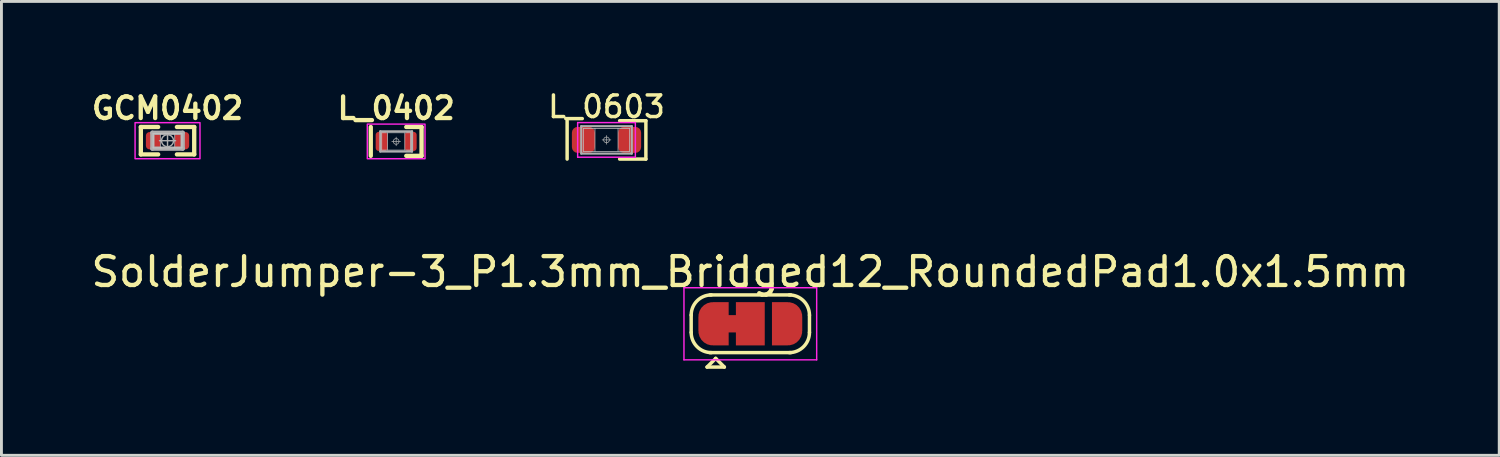
<source format=kicad_pcb>
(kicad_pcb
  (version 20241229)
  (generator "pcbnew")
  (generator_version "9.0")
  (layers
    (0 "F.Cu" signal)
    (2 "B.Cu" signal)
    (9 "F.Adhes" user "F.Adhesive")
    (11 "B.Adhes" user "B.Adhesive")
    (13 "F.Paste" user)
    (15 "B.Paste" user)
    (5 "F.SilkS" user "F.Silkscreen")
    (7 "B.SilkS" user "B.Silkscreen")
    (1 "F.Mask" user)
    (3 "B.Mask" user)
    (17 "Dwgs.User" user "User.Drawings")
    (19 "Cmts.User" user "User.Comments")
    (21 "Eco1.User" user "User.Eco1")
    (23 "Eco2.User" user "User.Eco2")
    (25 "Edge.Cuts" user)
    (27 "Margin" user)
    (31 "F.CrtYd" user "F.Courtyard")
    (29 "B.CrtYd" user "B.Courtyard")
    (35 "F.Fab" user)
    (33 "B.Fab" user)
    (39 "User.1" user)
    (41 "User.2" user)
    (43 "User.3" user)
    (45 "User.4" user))
  (footprint "L_0402"
    (layer "F.Cu")
    (at 10.682 1.852)
    (property "Reference" "L_0402" (at 0 -1.15 0) (layer "F.SilkS") (effects (font (size 0.75 0.75) (thickness 0.15) (bold yes))))
    (attr smd)
    (fp_line (start -0.88 -0.5) (end -0.88 0.5) (stroke (width 0.15) (type solid)) (layer "F.SilkS"))
    (fp_line (start 0.35 -0.5) (end 0.88 -0.5) (stroke (width 0.15) (type solid)) (layer "F.SilkS"))
    (fp_line (start 0.35 0.5) (end 0.88 0.5) (stroke (width 0.15) (type solid)) (layer "F.SilkS"))
    (fp_line (start 0.88 0.5) (end 0.88 -0.5) (stroke (width 0.15) (type solid)) (layer "F.SilkS"))
    (fp_line (start -0.5 -0.3) (end 0.5 -0.3) (stroke (width 0.025) (type solid)) (layer "Dwgs.User"))
    (fp_line (start -0.5 0.3) (end -0.5 -0.3) (stroke (width 0.025) (type solid)) (layer "Dwgs.User"))
    (fp_line (start -0.3 -0.3) (end -0.3 0.3) (stroke (width 0.025) (type solid)) (layer "Dwgs.User"))
    (fp_line (start 0.3 0.3) (end 0.3 -0.3) (stroke (width 0.025) (type solid)) (layer "Dwgs.User"))
    (fp_line (start 0.5 -0.3) (end 0.5 0.3) (stroke (width 0.025) (type solid)) (layer "Dwgs.User"))
    (fp_line (start 0.5 0.3) (end -0.5 0.3) (stroke (width 0.025) (type solid)) (layer "Dwgs.User"))
    (fp_rect (start -1 -0.6) (end 1 0.6) (stroke (width 0.05) (type solid)) (fill no) (layer "F.CrtYd"))
    (fp_line (start -0.55 -0.35) (end 0.55 -0.35) (stroke (width 0.075) (type solid)) (layer "F.Fab"))
    (fp_line (start -0.55 0.35) (end -0.55 -0.35) (stroke (width 0.075) (type solid)) (layer "F.Fab"))
    (fp_line (start 0 -0.15) (end 0 0.15) (stroke (width 0.025) (type solid)) (layer "F.Fab"))
    (fp_line (start 0.15 0) (end -0.15 0) (stroke (width 0.025) (type solid)) (layer "F.Fab"))
    (fp_line (start 0.55 -0.35) (end 0.55 0.35) (stroke (width 0.075) (type solid)) (layer "F.Fab"))
    (fp_line (start 0.55 0.35) (end -0.55 0.35) (stroke (width 0.075) (type solid)) (layer "F.Fab"))
    (fp_circle (center 0 0) (end 0.1 0) (stroke (width 0.025) (type solid)) (fill no) (layer "F.Fab"))
    (pad "1" smd roundrect (at -0.505 0) (size 0.41 0.66) (layers "F.Cu" "F.Mask" "F.Paste") (roundrect_rratio 0.25))
    (pad "2" smd roundrect (at 0.505 0) (size 0.41 0.66) (layers "F.Cu" "F.Mask" "F.Paste") (roundrect_rratio 0.25)))
  (footprint "SolderJumper-3_P1.3mm_Bridged12_RoundedPad1.0x1.5mm"
    (layer "F.Cu")
    (at 22.958 8.173)
    (property "Reference" "SolderJumper-3_P1.3mm_Bridged12_RoundedPad1.0x1.5mm" (at 0 -1.8 0) (layer "F.SilkS") (effects (font (size 1 1) (thickness 0.15))))
    (attr exclude_from_pos_files exclude_from_bom)
    (fp_poly (pts (xy -0.9 -0.3) (xy -0.4 -0.3) (xy -0.4 0.3) (xy -0.9 0.3)) (stroke (width 0) (type solid)) (fill yes) (layer "F.Cu"))
    (fp_line (start -2.05 0.3) (end -2.05 -0.3) (stroke (width 0.12) (type solid)) (layer "F.SilkS"))
    (fp_line (start -1.5 1.5) (end -0.9 1.5) (stroke (width 0.12) (type solid)) (layer "F.SilkS"))
    (fp_line (start -1.4 -1) (end 1.4 -1) (stroke (width 0.12) (type solid)) (layer "F.SilkS"))
    (fp_line (start -1.2 1.2) (end -1.5 1.5) (stroke (width 0.12) (type solid)) (layer "F.SilkS"))
    (fp_line (start -1.2 1.2) (end -0.9 1.5) (stroke (width 0.12) (type solid)) (layer "F.SilkS"))
    (fp_line (start 1.4 1) (end -1.4 1) (stroke (width 0.12) (type solid)) (layer "F.SilkS"))
    (fp_line (start 2.05 -0.3) (end 2.05 0.3) (stroke (width 0.12) (type solid)) (layer "F.SilkS"))
    (fp_arc (start -2.05 -0.3) (mid -1.844975 -0.794975) (end -1.35 -1) (stroke (width 0.12) (type solid)) (layer "F.SilkS"))
    (fp_arc (start -1.35 1) (mid -1.844975 0.794975) (end -2.05 0.3) (stroke (width 0.12) (type solid)) (layer "F.SilkS"))
    (fp_arc (start 1.35 -1) (mid 1.844975 -0.794975) (end 2.05 -0.3) (stroke (width 0.12) (type solid)) (layer "F.SilkS"))
    (fp_arc (start 2.05 0.3) (mid 1.844975 0.794975) (end 1.35 1) (stroke (width 0.12) (type solid)) (layer "F.SilkS"))
    (fp_line (start -2.3 -1.25) (end -2.3 1.25) (stroke (width 0.05) (type solid)) (layer "F.CrtYd"))
    (fp_line (start -2.3 -1.25) (end 2.3 -1.25) (stroke (width 0.05) (type solid)) (layer "F.CrtYd"))
    (fp_line (start 2.3 1.25) (end -2.3 1.25) (stroke (width 0.05) (type solid)) (layer "F.CrtYd"))
    (fp_line (start 2.3 1.25) (end 2.3 -1.25) (stroke (width 0.05) (type solid)) (layer "F.CrtYd"))
    (pad "1" smd custom (at -1.3 0) (size 1 0.5) (layers "F.Cu" "F.Mask") (options (anchor rect)) (primitives (gr_circle (center 0 0.25) (end 0.5 0.25) (width 0) (fill yes)) (gr_circle (center 0 -0.25) (end 0.5 -0.25) (width 0) (fill yes)) (gr_poly (pts (xy 0.55 -0.75) (xy 0 -0.75) (xy 0 0.75) (xy 0.55 0.75)) (width 0) (fill yes))))
    (pad "2" smd rect (at 0 0) (size 1 1.5) (layers "F.Cu" "F.Mask"))
    (pad "3" smd custom (at 1.3 0) (size 1 0.5) (layers "F.Cu" "F.Mask") (options (anchor rect)) (primitives (gr_circle (center 0 0.25) (end 0.5 0.25) (width 0) (fill yes)) (gr_circle (center 0 -0.25) (end 0.5 -0.25) (width 0) (fill yes)) (gr_poly (pts (xy -0.55 -0.75) (xy 0 -0.75) (xy 0 0.75) (xy -0.55 0.75)) (width 0) (fill yes)))))
  (footprint "L_0603"
    (layer "F.Cu")
    (at 17.973 1.799)
    (property "Reference" "L_0603" (at 0 -1.15 0) (layer "F.SilkS") (effects (font (size 0.75 0.75) (thickness 0.12))))
    (attr smd)
    (fp_line (start -1.365 0.665) (end -1.365 -0.665) (stroke (width 0.12) (type solid)) (layer "F.SilkS"))
    (fp_line (start 0.455 0.665) (end 1.365 0.665) (stroke (width 0.12) (type solid)) (layer "F.SilkS"))
    (fp_line (start 1.365 -0.665) (end 0.455 -0.665) (stroke (width 0.12) (type solid)) (layer "F.SilkS"))
    (fp_line (start 1.365 0.665) (end 1.365 -0.665) (stroke (width 0.12) (type solid)) (layer "F.SilkS"))
    (fp_line (start -0.8 -0.4) (end 0.8 -0.4) (stroke (width 0.025) (type solid)) (layer "Dwgs.User"))
    (fp_line (start -0.8 0.4) (end -0.8 -0.4) (stroke (width 0.025) (type solid)) (layer "Dwgs.User"))
    (fp_line (start -0.4 -0.4) (end -0.4 0.4) (stroke (width 0.025) (type solid)) (layer "Dwgs.User"))
    (fp_line (start 0.4 0.4) (end 0.4 -0.4) (stroke (width 0.025) (type solid)) (layer "Dwgs.User"))
    (fp_line (start 0.8 -0.4) (end 0.8 0.4) (stroke (width 0.025) (type solid)) (layer "Dwgs.User"))
    (fp_line (start 0.8 0.4) (end -0.8 0.4) (stroke (width 0.025) (type solid)) (layer "Dwgs.User"))
    (fp_line (start -1 -0.6) (end 1 -0.6) (stroke (width 0.05) (type solid)) (layer "F.CrtYd"))
    (fp_line (start -1 0.6) (end -1 -0.6) (stroke (width 0.05) (type solid)) (layer "F.CrtYd"))
    (fp_line (start 1 -0.6) (end 1 0.6) (stroke (width 0.05) (type solid)) (layer "F.CrtYd"))
    (fp_line (start 1 0.6) (end -1 0.6) (stroke (width 0.05) (type solid)) (layer "F.CrtYd"))
    (fp_line (start -0.875 -0.475) (end 0.875 -0.475) (stroke (width 0.075) (type solid)) (layer "F.Fab"))
    (fp_line (start -0.875 0.475) (end -0.875 -0.475) (stroke (width 0.075) (type solid)) (layer "F.Fab"))
    (fp_line (start 0 -0.15) (end 0 0.15) (stroke (width 0.025) (type solid)) (layer "F.Fab"))
    (fp_line (start 0.15 0) (end -0.15 0) (stroke (width 0.025) (type solid)) (layer "F.Fab"))
    (fp_line (start 0.875 -0.475) (end 0.875 0.475) (stroke (width 0.075) (type solid)) (layer "F.Fab"))
    (fp_line (start 0.875 0.475) (end -0.875 0.475) (stroke (width 0.075) (type solid)) (layer "F.Fab"))
    (fp_circle (center 0 0) (end 0.1 0) (stroke (width 0.025) (type solid)) (fill no) (layer "F.Fab"))
    (pad "1" smd roundrect (at -0.8 0) (size 0.8 0.9) (layers "F.Cu" "F.Mask" "F.Paste") (roundrect_rratio 0.25))
    (pad "2" smd roundrect (at 0.8 0) (size 0.8 0.9) (layers "F.Cu" "F.Mask" "F.Paste") (roundrect_rratio 0.25)))
  (footprint "GCM0402"
    (layer "F.Cu")
    (at 2.757 1.827)
    (property "Reference" "GCM0402" (at 0 -1.125 0) (layer "F.SilkS") (effects (font (size 0.75 0.75) (thickness 0.15) (bold yes))))
    (attr smd)
    (fp_line (start -0.925 -0.475) (end -0.325 -0.475) (stroke (width 0.15) (type solid)) (layer "F.SilkS"))
    (fp_line (start -0.925 0.475) (end -0.925 -0.475) (stroke (width 0.15) (type solid)) (layer "F.SilkS"))
    (fp_line (start -0.325 0.475) (end -0.925 0.475) (stroke (width 0.15) (type solid)) (layer "F.SilkS"))
    (fp_line (start 0.325 0.475) (end 0.925 0.475) (stroke (width 0.15) (type solid)) (layer "F.SilkS"))
    (fp_line (start 0.925 -0.475) (end 0.325 -0.475) (stroke (width 0.15) (type solid)) (layer "F.SilkS"))
    (fp_line (start 0.925 0.475) (end 0.925 -0.475) (stroke (width 0.15) (type solid)) (layer "F.SilkS"))
    (fp_line (start -0.5 -0.25) (end -0.2 -0.25) (stroke (width 0.025) (type solid)) (layer "Dwgs.User"))
    (fp_line (start -0.5 -0.25) (end 0.5 -0.25) (stroke (width 0.025) (type solid)) (layer "Dwgs.User"))
    (fp_line (start -0.5 0.25) (end -0.5 -0.25) (stroke (width 0.025) (type solid)) (layer "Dwgs.User"))
    (fp_line (start -0.5 0.25) (end -0.5 -0.25) (stroke (width 0.025) (type solid)) (layer "Dwgs.User"))
    (fp_line (start -0.25 -0.25) (end -0.25 0.25) (stroke (width 0.025) (type solid)) (layer "Dwgs.User"))
    (fp_line (start -0.2 0.25) (end -0.5 0.25) (stroke (width 0.025) (type solid)) (layer "Dwgs.User"))
    (fp_line (start 0.2 -0.25) (end 0.5 -0.25) (stroke (width 0.025) (type solid)) (layer "Dwgs.User"))
    (fp_line (start 0.25 0.25) (end 0.25 -0.25) (stroke (width 0.025) (type solid)) (layer "Dwgs.User"))
    (fp_line (start 0.5 -0.25) (end 0.5 0.25) (stroke (width 0.025) (type solid)) (layer "Dwgs.User"))
    (fp_line (start 0.5 -0.25) (end 0.5 0.25) (stroke (width 0.025) (type solid)) (layer "Dwgs.User"))
    (fp_line (start 0.5 0.25) (end -0.5 0.25) (stroke (width 0.025) (type solid)) (layer "Dwgs.User"))
    (fp_line (start 0.5 0.25) (end 0.2 0.25) (stroke (width 0.025) (type solid)) (layer "Dwgs.User"))
    (fp_rect (start -1.125 -0.625) (end 1.125 0.625) (stroke (width 0.05) (type default)) (fill no) (layer "F.CrtYd"))
    (fp_line (start -0.525 -0.275) (end 0.525 -0.275) (stroke (width 0.15) (type solid)) (layer "F.Fab"))
    (fp_line (start -0.525 0.275) (end -0.525 -0.275) (stroke (width 0.15) (type solid)) (layer "F.Fab"))
    (fp_line (start 0 -0.278) (end 0 0.278) (stroke (width 0.05) (type solid)) (layer "F.Fab"))
    (fp_line (start 0.278 0) (end -0.278 0) (stroke (width 0.05) (type solid)) (layer "F.Fab"))
    (fp_line (start 0.525 -0.275) (end 0.525 0.275) (stroke (width 0.15) (type solid)) (layer "F.Fab"))
    (fp_line (start 0.525 0.275) (end -0.525 0.275) (stroke (width 0.15) (type solid)) (layer "F.Fab"))
    (fp_circle (center 0 0) (end 0.208 0) (stroke (width 0.05) (type solid)) (fill no) (layer "F.Fab"))
    (pad "1" smd roundrect (at -0.5 0) (size 0.5 0.6) (layers "F.Cu" "F.Mask" "F.Paste") (roundrect_rratio 0.25))
    (pad "2" smd roundrect (at 0.5 0) (size 0.5 0.6) (layers "F.Cu" "F.Mask" "F.Paste") (roundrect_rratio 0.25)))
  (gr_rect
    (start -3 -3)
    (end 48.917 12.733)
    (stroke (width 0.1) (type default))
    (fill no)
    (layer "Edge.Cuts")))
</source>
